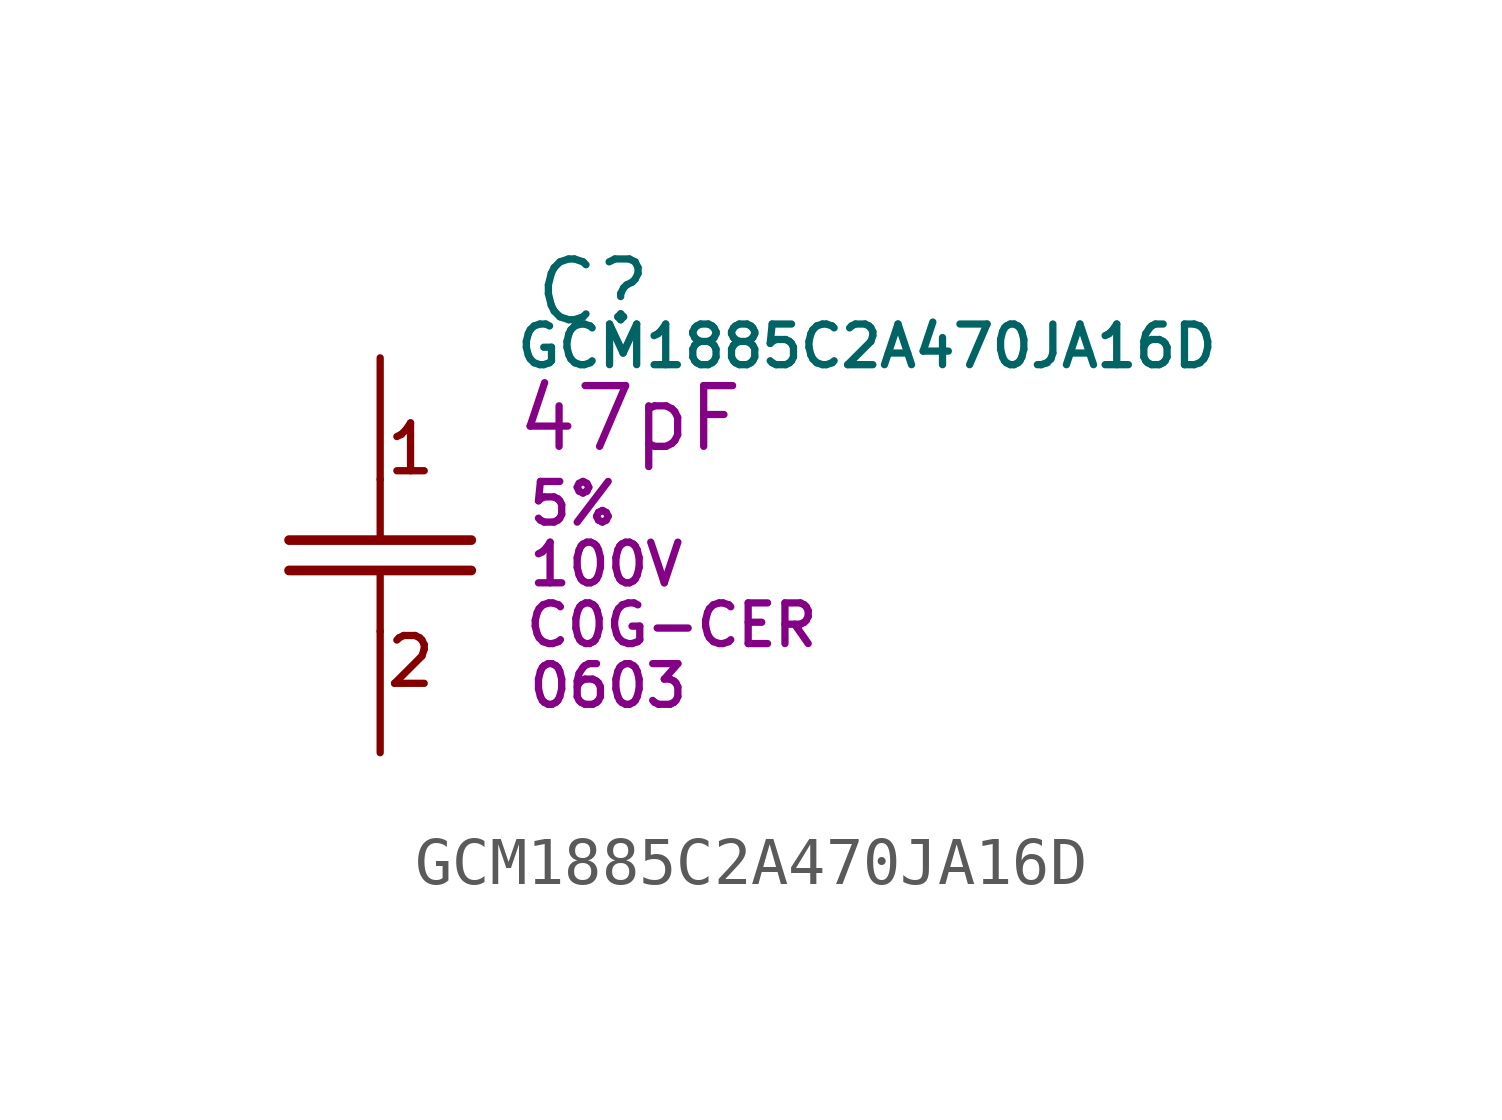
<source format=kicad_sym>
(kicad_symbol_lib
  (version 20211014)
  (generator kicad_symbol_editor)
  (symbol "GCM1885C2A470JA16D"
    (pin_numbers hide)
    (pin_names
      (offset 1.016) hide)
    (property "Reference" "C"
      (at 3.175 6.985 0)
      (effects (font (size 1.27 1.27)) (justify left bottom)))
    (property "Value" "GCM1885C2A470JA16D"
      (at 2.794 6.096 0)
      (effects (font (size 0.85 0.85)) (justify left bottom)))
    (property "Capacitance" "47pF"
      (at 2.794 5.08 0)
      (effects (font (size 1.27 1.27)) (justify left)))
    (property "Tolerance" "5%"
      (at 3.048 3.302 0)
      (effects (font (size 0.85 0.85)) (justify left)))
    (property "Rated Voltage" "100V"
      (at 3.048 2.032 0)
      (effects (font (size 0.85 0.85)) (justify left)))
    (property "Code" "C0G-CER"
      (at 6.096 0.762 0)
      (effects (font (size 0.85 0.85))))
    (property "Size" "0603"
      (at 3.048 -0.508 0)
      (effects (font (size 0.85 0.85)) (justify left)))
    (symbol "GCM1885C2A470JA16D_0_0"
      (polyline (pts (xy 0 0.635) (xy 0 1.905)) (stroke (width 0) (type default) (color 0 0 0 0)) (fill (type none)))
      (polyline (pts (xy 0 2.54) (xy 0 3.81)) (stroke (width 0) (type default) (color 0 0 0 0)) (fill (type none)))
      (text "1" (at 0.635 4.445 0) (effects (font (size 1 1))))
      (text "2" (at 0.635 0 0) (effects (font (size 1 1)))))
    (symbol "GCM1885C2A470JA16D_1_1"
      (polyline (pts (xy -1.905 1.905) (xy 1.905 1.905)) (stroke (width 0.203) (type default) (color 0 0 0 0)) (fill (type none)))
      (polyline (pts (xy -1.905 2.54) (xy 1.905 2.54)) (stroke (width 0.203) (type default) (color 0 0 0 0)) (fill (type none)))
      (pin passive line (at 0 6.35 270) (length 2.54) (name "1" (effects (font (size 1.27 1.27)))) (number "1" (effects (font (size 1.27 1.27)))))
      (pin passive line (at 0 -1.905 90) (length 2.54) (name "2" (effects (font (size 1.27 1.27)))) (number "2" (effects (font (size 1.27 1.27))))))))
</source>
